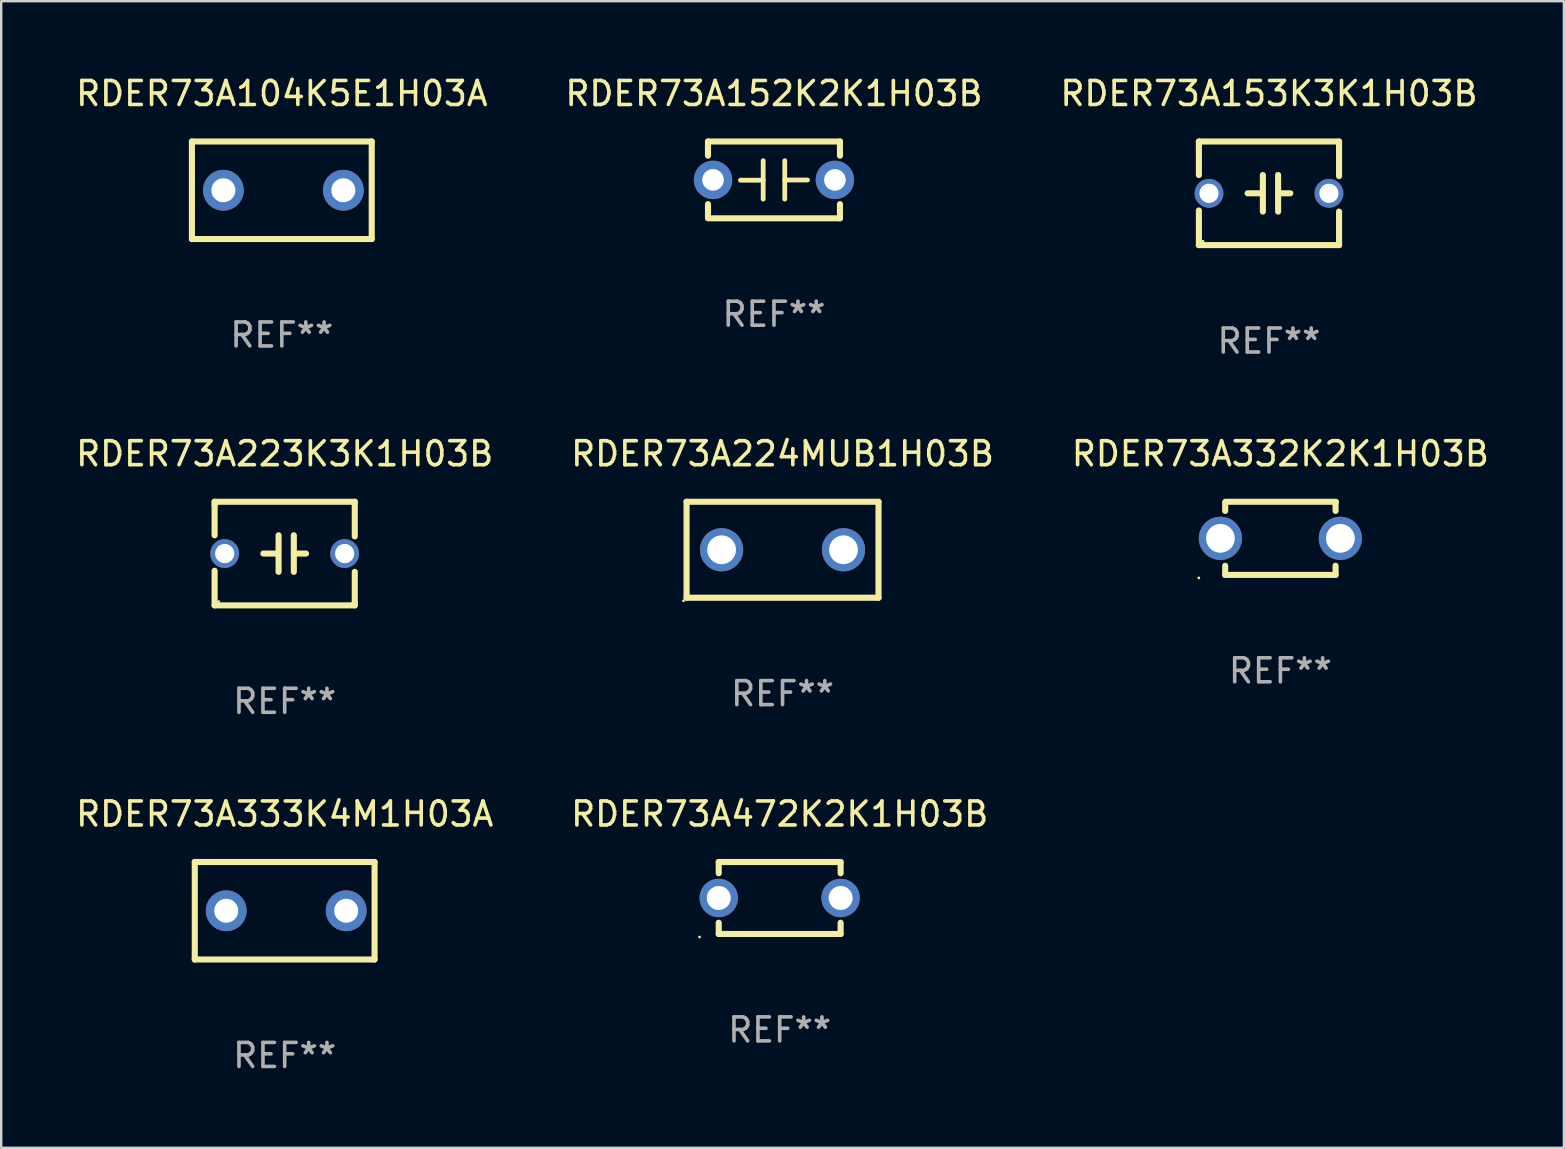
<source format=kicad_pcb>
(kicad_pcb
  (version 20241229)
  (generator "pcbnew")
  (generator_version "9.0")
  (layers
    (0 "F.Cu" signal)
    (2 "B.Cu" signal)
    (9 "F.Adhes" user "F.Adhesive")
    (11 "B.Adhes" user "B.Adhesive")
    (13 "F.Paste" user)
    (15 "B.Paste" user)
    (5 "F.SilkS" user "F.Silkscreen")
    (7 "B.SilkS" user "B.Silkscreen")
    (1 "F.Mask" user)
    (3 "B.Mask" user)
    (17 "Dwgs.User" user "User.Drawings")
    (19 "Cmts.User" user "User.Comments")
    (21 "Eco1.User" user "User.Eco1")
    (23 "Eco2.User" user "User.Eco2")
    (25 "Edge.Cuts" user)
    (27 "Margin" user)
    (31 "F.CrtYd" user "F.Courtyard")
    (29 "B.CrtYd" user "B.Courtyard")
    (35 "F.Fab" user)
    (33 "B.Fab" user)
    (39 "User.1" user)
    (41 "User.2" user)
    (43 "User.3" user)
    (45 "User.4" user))
  (footprint "RDER73A333K4M1H03A"
    (layer "F.Cu")
    (at 8.815 34.909)
    (property "Reference" "RDER73A333K4M1H03A" (at 0 -4.032 0) (layer "F.SilkS") (effects (font (size 1 1) (thickness 0.15))))
    (attr through_hole)
    (fp_line (start -3.747 -2.032) (end -3.747 2.032) (stroke (width 0.254) (type solid)) (layer "F.SilkS"))
    (fp_line (start -3.747 2.032) (end 3.747 2.032) (stroke (width 0.254) (type solid)) (layer "F.SilkS"))
    (fp_line (start 3.747 -2.032) (end -3.747 -2.032) (stroke (width 0.254) (type solid)) (layer "F.SilkS"))
    (fp_line (start 3.747 2.032) (end 3.747 -2.032) (stroke (width 0.254) (type solid)) (layer "F.SilkS"))
    (fp_circle (center -3.687 2) (end -3.657 2) (stroke (width 0.06) (type solid)) (fill no) (layer "F.SilkS"))
    (fp_text user "REF**" (at 0 6.032 0) (layer "F.Fab") (effects (font (size 1 1) (thickness 0.15))))
    (pad "1" thru_hole circle (at -2.436 0) (size 1.7 1.7) (drill 1) (layers "*.Cu" "*.Mask"))
    (pad "2" thru_hole circle (at 2.564 0) (size 1.7 1.7) (drill 1) (layers "*.Cu" "*.Mask")))
  (footprint "RDER73A152K2K1H03B"
    (layer "F.Cu")
    (at 29.208 4.448)
    (property "Reference" "RDER73A152K2K1H03B" (at 0 -3.6 0) (layer "F.SilkS") (effects (font (size 1 1) (thickness 0.15))))
    (attr through_hole)
    (fp_line (start -2.75 -1.6) (end -2.75 -1.009) (stroke (width 0.254) (type solid)) (layer "F.SilkS"))
    (fp_line (start -2.75 -1.6) (end 2.75 -1.6) (stroke (width 0.254) (type solid)) (layer "F.SilkS"))
    (fp_line (start -2.75 1.009) (end -2.75 1.524) (stroke (width 0.254) (type solid)) (layer "F.SilkS"))
    (fp_line (start -2.75 1.6) (end 2.75 1.6) (stroke (width 0.254) (type solid)) (layer "F.SilkS"))
    (fp_line (start -0.45 -0.8) (end -0.45 0.8) (stroke (width 0.2) (type solid)) (layer "F.SilkS"))
    (fp_line (start -0.45 0.013) (end -1.397 0.013) (stroke (width 0.2) (type solid)) (layer "F.SilkS"))
    (fp_line (start 0.45 0.003) (end 1.397 0.003) (stroke (width 0.2) (type solid)) (layer "F.SilkS"))
    (fp_line (start 0.45 0.8) (end 0.45 -0.8) (stroke (width 0.2) (type solid)) (layer "F.SilkS"))
    (fp_line (start 2.75 -1.6) (end 2.75 -1.009) (stroke (width 0.254) (type solid)) (layer "F.SilkS"))
    (fp_line (start 2.75 1.009) (end 2.75 1.6) (stroke (width 0.254) (type solid)) (layer "F.SilkS"))
    (fp_circle (center -2.79 1.6) (end -2.76 1.6) (stroke (width 0.06) (type solid)) (fill no) (layer "F.SilkS"))
    (fp_text user "REF**" (at 0 5.6 0) (layer "F.Fab") (effects (font (size 1 1) (thickness 0.15))))
    (pad "1" thru_hole circle (at -2.54 0) (size 1.6 1.6) (drill 0.9) (layers "*.Cu" "*.Mask"))
    (pad "2" thru_hole circle (at 2.54 0) (size 1.6 1.6) (drill 0.9) (layers "*.Cu" "*.Mask")))
  (footprint "RDER73A332K2K1H03B"
    (layer "F.Cu")
    (at 50.315 19.387)
    (property "Reference" "RDER73A332K2K1H03B" (at 0 -3.524 0) (layer "F.SilkS") (effects (font (size 1 1) (thickness 0.15))))
    (attr through_hole)
    (fp_line (start -2.3 -1.5) (end -2.3 -1.143) (stroke (width 0.254) (type solid)) (layer "F.SilkS"))
    (fp_line (start -2.3 1.524) (end -2.3 1.143) (stroke (width 0.254) (type solid)) (layer "F.SilkS"))
    (fp_line (start -2.286 -1.524) (end 2.314 -1.524) (stroke (width 0.254) (type solid)) (layer "F.SilkS"))
    (fp_line (start 2.3 -1.5) (end 2.3 -1.143) (stroke (width 0.254) (type solid)) (layer "F.SilkS"))
    (fp_line (start 2.3 1.524) (end -2.3 1.524) (stroke (width 0.254) (type solid)) (layer "F.SilkS"))
    (fp_line (start 2.3 1.524) (end 2.3 1.143) (stroke (width 0.254) (type solid)) (layer "F.SilkS"))
    (fp_circle (center -3.4 1.651) (end -3.37 1.651) (stroke (width 0.06) (type solid)) (fill no) (layer "F.SilkS"))
    (fp_text user "REF**" (at 0 5.524 0) (layer "F.Fab") (effects (font (size 1 1) (thickness 0.15))))
    (pad "1" thru_hole circle (at -2.5 0) (size 1.8 1.8) (drill 1.2) (layers "*.Cu" "*.Mask"))
    (pad "2" thru_hole circle (at 2.5 0) (size 1.8 1.8) (drill 1.2) (layers "*.Cu" "*.Mask")))
  (footprint "RDER73A223K3K1H03B"
    (layer "F.Cu")
    (at 8.815 20.022)
    (property "Reference" "RDER73A223K3K1H03B" (at 0 -4.159 0) (layer "F.SilkS") (effects (font (size 1 1) (thickness 0.15))))
    (attr through_hole)
    (fp_line (start -2.921 -2.159) (end 2.921 -2.159) (stroke (width 0.254) (type solid)) (layer "F.SilkS"))
    (fp_line (start -2.921 -2.032) (end -2.921 -2.159) (stroke (width 0.254) (type solid)) (layer "F.SilkS"))
    (fp_line (start -2.921 -0.762) (end -2.921 -2.032) (stroke (width 0.254) (type solid)) (layer "F.SilkS"))
    (fp_line (start -2.921 2.159) (end -2.921 0.716) (stroke (width 0.254) (type solid)) (layer "F.SilkS"))
    (fp_line (start -0.381 -0.000025) (end -0.889 -0.000025) (stroke (width 0.254) (type solid)) (layer "F.SilkS"))
    (fp_line (start -0.254 -0.762) (end -0.254 0.762) (stroke (width 0.254) (type solid)) (layer "F.SilkS"))
    (fp_line (start 0.381 -0.762) (end 0.381 0.762) (stroke (width 0.254) (type solid)) (layer "F.SilkS"))
    (fp_line (start 0.381 0.000025) (end 0.889 0.000025) (stroke (width 0.254) (type solid)) (layer "F.SilkS"))
    (fp_line (start 2.921 -2.159) (end 2.921 -0.716) (stroke (width 0.254) (type solid)) (layer "F.SilkS"))
    (fp_line (start 2.921 0.762) (end 2.921 2.032) (stroke (width 0.254) (type solid)) (layer "F.SilkS"))
    (fp_line (start 2.921 2.032) (end 2.921 2.159) (stroke (width 0.254) (type solid)) (layer "F.SilkS"))
    (fp_line (start 2.921 2.159) (end -2.921 2.159) (stroke (width 0.254) (type solid)) (layer "F.SilkS"))
    (fp_circle (center -2.75 2) (end -2.72 2) (stroke (width 0.06) (type solid)) (fill no) (layer "F.SilkS"))
    (fp_text user "REF**" (at 0 6.159 0) (layer "F.Fab") (effects (font (size 1 1) (thickness 0.15))))
    (pad "1" thru_hole circle (at -2.5 0) (size 1.2 1.2) (drill 0.8) (layers "*.Cu" "*.Mask"))
    (pad "2" thru_hole circle (at 2.5 0) (size 1.2 1.2) (drill 0.8) (layers "*.Cu" "*.Mask")))
  (footprint "RDER73A472K2K1H03B"
    (layer "F.Cu")
    (at 29.446 34.377)
    (property "Reference" "RDER73A472K2K1H03B" (at 0 -3.5 0) (layer "F.SilkS") (effects (font (size 1 1) (thickness 0.15))))
    (attr through_hole)
    (fp_line (start -2.54 -1.5) (end -2.54 -1.031) (stroke (width 0.254) (type solid)) (layer "F.SilkS"))
    (fp_line (start -2.54 -1.5) (end 2.54 -1.5) (stroke (width 0.254) (type solid)) (layer "F.SilkS"))
    (fp_line (start -2.54 1.031) (end -2.54 1.5) (stroke (width 0.254) (type solid)) (layer "F.SilkS"))
    (fp_line (start -2.54 1.5) (end 2.54 1.5) (stroke (width 0.254) (type solid)) (layer "F.SilkS"))
    (fp_line (start 2.54 -1.5) (end 2.54 -1.031) (stroke (width 0.254) (type solid)) (layer "F.SilkS"))
    (fp_line (start 2.54 1.031) (end 2.54 1.5) (stroke (width 0.254) (type solid)) (layer "F.SilkS"))
    (fp_circle (center -3.34 1.627) (end -3.31 1.627) (stroke (width 0.06) (type solid)) (fill no) (layer "F.SilkS"))
    (fp_text user "REF**" (at 0 5.5 0) (layer "F.Fab") (effects (font (size 1 1) (thickness 0.15))))
    (pad "1" thru_hole circle (at -2.54 0) (size 1.6 1.6) (drill 1) (layers "*.Cu" "*.Mask"))
    (pad "2" thru_hole circle (at 2.54 0) (size 1.6 1.6) (drill 1) (layers "*.Cu" "*.Mask")))
  (footprint "RDER73A153K3K1H03B"
    (layer "F.Cu")
    (at 49.839 5.007)
    (property "Reference" "RDER73A153K3K1H03B" (at 0 -4.159 0) (layer "F.SilkS") (effects (font (size 1 1) (thickness 0.15))))
    (attr through_hole)
    (fp_line (start -2.921 -2.159) (end 2.921 -2.159) (stroke (width 0.254) (type solid)) (layer "F.SilkS"))
    (fp_line (start -2.921 -2.032) (end -2.921 -2.159) (stroke (width 0.254) (type solid)) (layer "F.SilkS"))
    (fp_line (start -2.921 -0.762) (end -2.921 -2.032) (stroke (width 0.254) (type solid)) (layer "F.SilkS"))
    (fp_line (start -2.921 2.159) (end -2.921 0.716) (stroke (width 0.254) (type solid)) (layer "F.SilkS"))
    (fp_line (start -0.381 -0.000025) (end -0.889 -0.000025) (stroke (width 0.254) (type solid)) (layer "F.SilkS"))
    (fp_line (start -0.254 -0.762) (end -0.254 0.762) (stroke (width 0.254) (type solid)) (layer "F.SilkS"))
    (fp_line (start 0.381 -0.762) (end 0.381 0.762) (stroke (width 0.254) (type solid)) (layer "F.SilkS"))
    (fp_line (start 0.381 0.000025) (end 0.889 0.000025) (stroke (width 0.254) (type solid)) (layer "F.SilkS"))
    (fp_line (start 2.921 -2.159) (end 2.921 -0.716) (stroke (width 0.254) (type solid)) (layer "F.SilkS"))
    (fp_line (start 2.921 0.762) (end 2.921 2.032) (stroke (width 0.254) (type solid)) (layer "F.SilkS"))
    (fp_line (start 2.921 2.032) (end 2.921 2.159) (stroke (width 0.254) (type solid)) (layer "F.SilkS"))
    (fp_line (start 2.921 2.159) (end -2.921 2.159) (stroke (width 0.254) (type solid)) (layer "F.SilkS"))
    (fp_circle (center -2.75 2) (end -2.72 2) (stroke (width 0.06) (type solid)) (fill no) (layer "F.SilkS"))
    (fp_text user "REF**" (at 0 6.159 0) (layer "F.Fab") (effects (font (size 1 1) (thickness 0.15))))
    (pad "1" thru_hole circle (at -2.5 0) (size 1.2 1.2) (drill 0.8) (layers "*.Cu" "*.Mask"))
    (pad "2" thru_hole circle (at 2.5 0) (size 1.2 1.2) (drill 0.8) (layers "*.Cu" "*.Mask")))
  (footprint "RDER73A104K5E1H03A"
    (layer "F.Cu")
    (at 8.696 4.88)
    (property "Reference" "RDER73A104K5E1H03A" (at 0 -4.032 0) (layer "F.SilkS") (effects (font (size 1 1) (thickness 0.15))))
    (attr through_hole)
    (fp_line (start -3.747 -2.032) (end -3.747 2.032) (stroke (width 0.254) (type solid)) (layer "F.SilkS"))
    (fp_line (start -3.747 2.032) (end 3.747 2.032) (stroke (width 0.254) (type solid)) (layer "F.SilkS"))
    (fp_line (start 3.747 -2.032) (end -3.747 -2.032) (stroke (width 0.254) (type solid)) (layer "F.SilkS"))
    (fp_line (start 3.747 2.032) (end 3.747 -2.032) (stroke (width 0.254) (type solid)) (layer "F.SilkS"))
    (fp_circle (center -3.687 2) (end -3.657 2) (stroke (width 0.06) (type solid)) (fill no) (layer "F.SilkS"))
    (fp_text user "REF**" (at 0 6.032 0) (layer "F.Fab") (effects (font (size 1 1) (thickness 0.15))))
    (pad "1" thru_hole circle (at -2.436 0) (size 1.7 1.7) (drill 1) (layers "*.Cu" "*.Mask"))
    (pad "2" thru_hole circle (at 2.564 0) (size 1.7 1.7) (drill 1) (layers "*.Cu" "*.Mask")))
  (footprint "RDER73A224MUB1H03B"
    (layer "F.Cu")
    (at 29.565 19.863)
    (property "Reference" "RDER73A224MUB1H03B" (at 0 -4 0) (layer "F.SilkS") (effects (font (size 1 1) (thickness 0.15))))
    (attr through_hole)
    (fp_line (start -4 -2) (end 4 -2) (stroke (width 0.254) (type solid)) (layer "F.SilkS"))
    (fp_line (start -4 2) (end -4 -2) (stroke (width 0.254) (type solid)) (layer "F.SilkS"))
    (fp_line (start 4 -2) (end 4 2) (stroke (width 0.254) (type solid)) (layer "F.SilkS"))
    (fp_line (start 4 2) (end -4 2) (stroke (width 0.254) (type solid)) (layer "F.SilkS"))
    (fp_circle (center -4.127 2.127) (end -4.097 2.127) (stroke (width 0.06) (type solid)) (fill no) (layer "F.SilkS"))
    (fp_text user "REF**" (at 0 6 0) (layer "F.Fab") (effects (font (size 1 1) (thickness 0.15))))
    (pad "1" thru_hole circle (at -2.54 0) (size 1.8 1.8) (drill 1.2) (layers "*.Cu" "*.Mask"))
    (pad "2" thru_hole circle (at 2.54 0) (size 1.8 1.8) (drill 1.2) (layers "*.Cu" "*.Mask")))
  (gr_rect
    (start -3 -3)
    (end 62.131 44.79)
    (stroke (width 0.1) (type default))
    (fill no)
    (layer "Edge.Cuts")))
</source>
